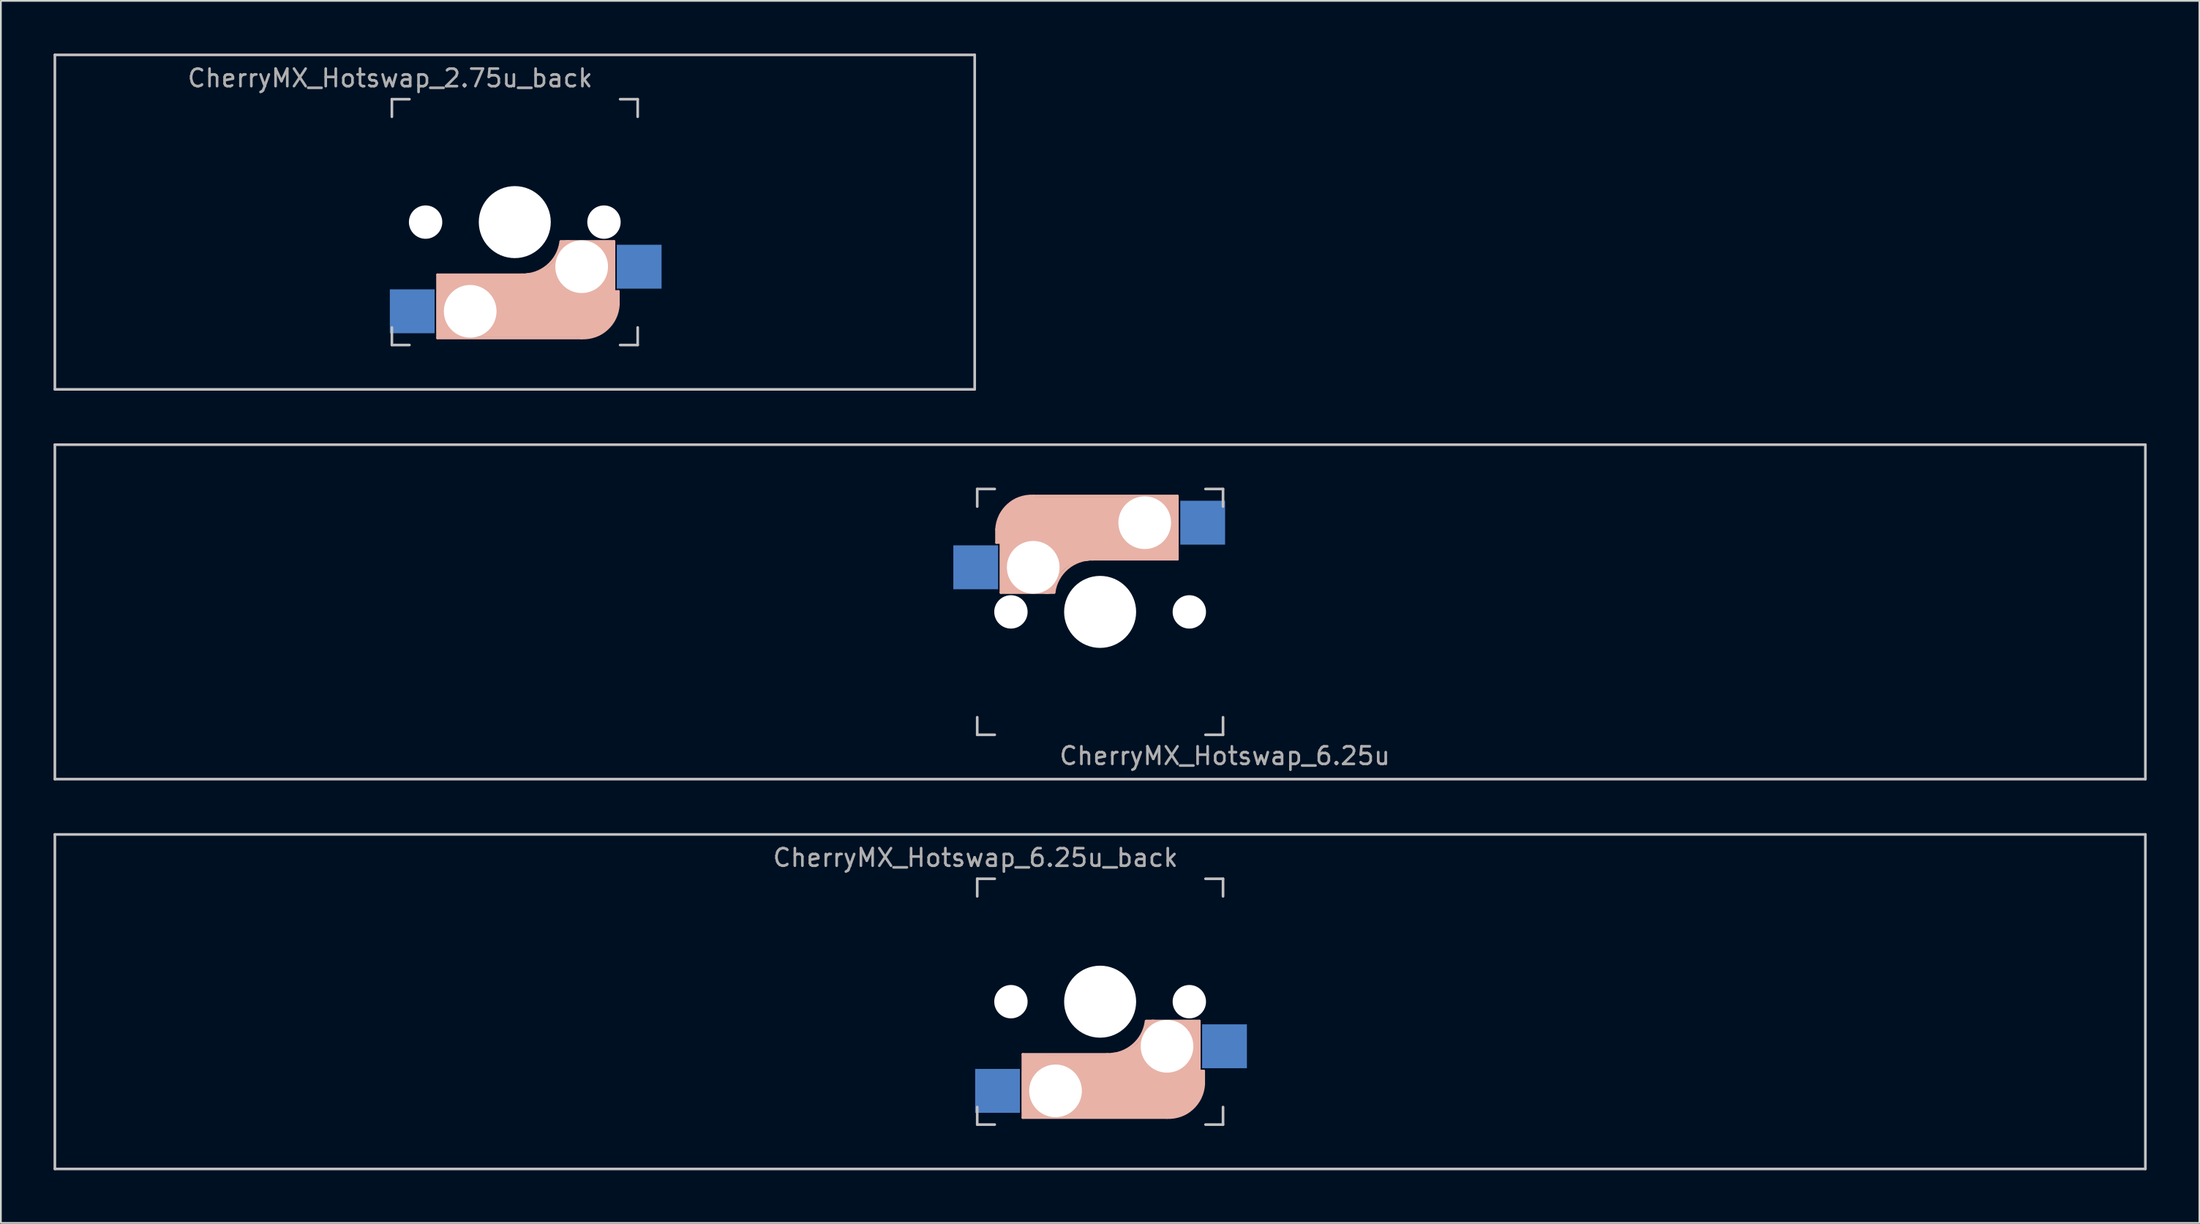
<source format=kicad_pcb>
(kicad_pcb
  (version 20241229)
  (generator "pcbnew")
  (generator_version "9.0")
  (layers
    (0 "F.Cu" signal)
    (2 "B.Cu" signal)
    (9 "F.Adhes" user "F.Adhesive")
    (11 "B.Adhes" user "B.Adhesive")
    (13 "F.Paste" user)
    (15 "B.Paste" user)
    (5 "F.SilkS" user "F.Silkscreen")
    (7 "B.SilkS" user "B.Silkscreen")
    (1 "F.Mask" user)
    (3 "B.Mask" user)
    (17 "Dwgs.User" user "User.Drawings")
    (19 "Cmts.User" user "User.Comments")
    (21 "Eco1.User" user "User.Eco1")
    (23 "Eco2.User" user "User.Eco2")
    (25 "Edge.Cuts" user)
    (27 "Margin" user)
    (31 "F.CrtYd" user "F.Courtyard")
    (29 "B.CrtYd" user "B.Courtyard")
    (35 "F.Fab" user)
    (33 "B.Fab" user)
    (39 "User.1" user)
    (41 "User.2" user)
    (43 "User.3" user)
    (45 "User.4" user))
  (footprint "CherryMX_Hotswap_2.75u_back"
    (layer "F.Cu")
    (at 26.269 9.6)
    (property "Reference" "CherryMX_Hotswap_2.75u_back" (at -7.1 -8.2 180) (layer "F.Fab") (effects (font (size 1 1) (thickness 0.15))))
    (attr through_hole)
    (fp_line (start -4.4 3) (end -4.4 6.6) (stroke (width 0.15) (type solid)) (layer "B.SilkS"))
    (fp_line (start -4.4 6.6) (end 3.8 6.6) (stroke (width 0.15) (type solid)) (layer "B.SilkS"))
    (fp_line (start -4.38 4) (end -4.38 6.25) (stroke (width 0.15) (type solid)) (layer "B.SilkS"))
    (fp_line (start -4.25 6.4) (end -3 6.4) (stroke (width 0.4) (type solid)) (layer "B.SilkS"))
    (fp_line (start -4.2 3.25) (end -2.9 3.3) (stroke (width 0.5) (type solid)) (layer "B.SilkS"))
    (fp_line (start -3.9 6) (end -3.9 3.5) (stroke (width 1) (type solid)) (layer "B.SilkS"))
    (fp_line (start -2.6 4.8) (end 4.1 4.8) (stroke (width 3.5) (type solid)) (layer "B.SilkS"))
    (fp_line (start 0.4 3) (end -4.4 3) (stroke (width 0.15) (type solid)) (layer "B.SilkS"))
    (fp_line (start 4.17 5.1) (end 4.17 2.86) (stroke (width 3) (type solid)) (layer "B.SilkS"))
    (fp_line (start 5.3 1.6) (end 5.3 3.4) (stroke (width 0.8) (type solid)) (layer "B.SilkS"))
    (fp_line (start 5.45 1.3) (end 3 1.3) (stroke (width 0.5) (type solid)) (layer "B.SilkS"))
    (fp_line (start 5.65 1.1) (end 2.62 1.1) (stroke (width 0.15) (type solid)) (layer "B.SilkS"))
    (fp_line (start 5.65 5.55) (end 5.65 1.1) (stroke (width 0.15) (type solid)) (layer "B.SilkS"))
    (fp_line (start 5.8 4.05) (end 5.8 4.7) (stroke (width 0.3) (type solid)) (layer "B.SilkS"))
    (fp_line (start 5.9 3.95) (end 5.7 3.95) (stroke (width 0.15) (type solid)) (layer "B.SilkS"))
    (fp_line (start 5.9 4.7) (end 5.9 3.95) (stroke (width 0.15) (type solid)) (layer "B.SilkS"))
    (fp_arc (start 2.616318 1.121471) (mid 1.868709 2.486118) (end 0.4 3) (stroke (width 0.15) (type solid)) (layer "B.SilkS"))
    (fp_arc (start 3.016318 1.521471) (mid 2.268709 2.886118) (end 0.8 3.4) (stroke (width 1) (type solid)) (layer "B.SilkS"))
    (fp_arc (start 5.9 4.699999) (mid 5.243504 6.084924) (end 3.800001 6.6) (stroke (width 0.15) (type solid)) (layer "B.SilkS"))
    (fp_line (start -26.194 -9.525) (end 26.194 -9.525) (stroke (width 0.15) (type solid)) (layer "Dwgs.User"))
    (fp_line (start -26.194 9.525) (end -26.194 -9.525) (stroke (width 0.15) (type solid)) (layer "Dwgs.User"))
    (fp_line (start -7 -7) (end -7 -6) (stroke (width 0.15) (type solid)) (layer "Dwgs.User"))
    (fp_line (start -7 7) (end -7 6) (stroke (width 0.15) (type solid)) (layer "Dwgs.User"))
    (fp_line (start -7 7) (end -6 7) (stroke (width 0.15) (type solid)) (layer "Dwgs.User"))
    (fp_line (start -6 -7) (end -7 -7) (stroke (width 0.15) (type solid)) (layer "Dwgs.User"))
    (fp_line (start 7 -7) (end 6 -7) (stroke (width 0.15) (type solid)) (layer "Dwgs.User"))
    (fp_line (start 7 -6) (end 7 -7) (stroke (width 0.15) (type solid)) (layer "Dwgs.User"))
    (fp_line (start 7 6) (end 7 7) (stroke (width 0.15) (type solid)) (layer "Dwgs.User"))
    (fp_line (start 7 7) (end 6 7) (stroke (width 0.15) (type solid)) (layer "Dwgs.User"))
    (fp_line (start 26.194 -9.525) (end 26.194 9.525) (stroke (width 0.15) (type solid)) (layer "Dwgs.User"))
    (fp_line (start 26.194 9.525) (end -26.194 9.525) (stroke (width 0.15) (type solid)) (layer "Dwgs.User"))
    (pad "" np_thru_hole circle (at -5.08 0 180) (size 1.9 1.9) (drill 1.9) (layers "*.Cu" "*.Mask"))
    (pad "" np_thru_hole circle (at -2.54 5.08 180) (size 3 3) (drill 3) (layers "*.Cu" "*.Mask"))
    (pad "" np_thru_hole circle (at 0 0 270) (size 4.1 4.1) (drill 4.1) (layers "*.Cu" "*.Mask"))
    (pad "" np_thru_hole circle (at 3.81 2.54 180) (size 3 3) (drill 3) (layers "*.Cu" "*.Mask"))
    (pad "" np_thru_hole circle (at 5.08 0 180) (size 1.9 1.9) (drill 1.9) (layers "*.Cu" "*.Mask"))
    (pad "1" smd rect (at 7.085 2.54) (size 2.55 2.5) (layers "B.Cu" "B.Mask" "B.Paste"))
    (pad "2" smd rect (at -5.842 5.08) (size 2.55 2.5) (layers "B.Cu" "B.Mask" "B.Paste")))
  (footprint "CherryMX_Hotswap_6.25u_back"
    (layer "F.Cu")
    (at 59.606 54)
    (property "Reference" "CherryMX_Hotswap_6.25u_back" (at -7.1 -8.2 180) (layer "F.Fab") (effects (font (size 1 1) (thickness 0.15))))
    (attr through_hole)
    (fp_line (start -4.4 3) (end -4.4 6.6) (stroke (width 0.15) (type solid)) (layer "B.SilkS"))
    (fp_line (start -4.4 6.6) (end 3.8 6.6) (stroke (width 0.15) (type solid)) (layer "B.SilkS"))
    (fp_line (start -4.38 4) (end -4.38 6.25) (stroke (width 0.15) (type solid)) (layer "B.SilkS"))
    (fp_line (start -4.25 6.4) (end -3 6.4) (stroke (width 0.4) (type solid)) (layer "B.SilkS"))
    (fp_line (start -4.2 3.25) (end -2.9 3.3) (stroke (width 0.5) (type solid)) (layer "B.SilkS"))
    (fp_line (start -3.9 6) (end -3.9 3.5) (stroke (width 1) (type solid)) (layer "B.SilkS"))
    (fp_line (start -2.6 4.8) (end 4.1 4.8) (stroke (width 3.5) (type solid)) (layer "B.SilkS"))
    (fp_line (start 0.4 3) (end -4.4 3) (stroke (width 0.15) (type solid)) (layer "B.SilkS"))
    (fp_line (start 4.17 5.1) (end 4.17 2.86) (stroke (width 3) (type solid)) (layer "B.SilkS"))
    (fp_line (start 5.3 1.6) (end 5.3 3.4) (stroke (width 0.8) (type solid)) (layer "B.SilkS"))
    (fp_line (start 5.45 1.3) (end 3 1.3) (stroke (width 0.5) (type solid)) (layer "B.SilkS"))
    (fp_line (start 5.65 1.1) (end 2.62 1.1) (stroke (width 0.15) (type solid)) (layer "B.SilkS"))
    (fp_line (start 5.65 5.55) (end 5.65 1.1) (stroke (width 0.15) (type solid)) (layer "B.SilkS"))
    (fp_line (start 5.8 4.05) (end 5.8 4.7) (stroke (width 0.3) (type solid)) (layer "B.SilkS"))
    (fp_line (start 5.9 3.95) (end 5.7 3.95) (stroke (width 0.15) (type solid)) (layer "B.SilkS"))
    (fp_line (start 5.9 4.7) (end 5.9 3.95) (stroke (width 0.15) (type solid)) (layer "B.SilkS"))
    (fp_arc (start 2.616318 1.121471) (mid 1.868709 2.486118) (end 0.4 3) (stroke (width 0.15) (type solid)) (layer "B.SilkS"))
    (fp_arc (start 3.016318 1.521471) (mid 2.268709 2.886118) (end 0.8 3.4) (stroke (width 1) (type solid)) (layer "B.SilkS"))
    (fp_arc (start 5.9 4.699999) (mid 5.243504 6.084924) (end 3.800001 6.6) (stroke (width 0.15) (type solid)) (layer "B.SilkS"))
    (fp_line (start -59.531 -9.525) (end 59.531 -9.525) (stroke (width 0.15) (type solid)) (layer "Dwgs.User"))
    (fp_line (start -59.531 9.525) (end -59.531 -9.525) (stroke (width 0.15) (type solid)) (layer "Dwgs.User"))
    (fp_line (start -7 -7) (end -7 -6) (stroke (width 0.15) (type solid)) (layer "Dwgs.User"))
    (fp_line (start -7 7) (end -7 6) (stroke (width 0.15) (type solid)) (layer "Dwgs.User"))
    (fp_line (start -7 7) (end -6 7) (stroke (width 0.15) (type solid)) (layer "Dwgs.User"))
    (fp_line (start -6 -7) (end -7 -7) (stroke (width 0.15) (type solid)) (layer "Dwgs.User"))
    (fp_line (start 7 -7) (end 6 -7) (stroke (width 0.15) (type solid)) (layer "Dwgs.User"))
    (fp_line (start 7 -6) (end 7 -7) (stroke (width 0.15) (type solid)) (layer "Dwgs.User"))
    (fp_line (start 7 6) (end 7 7) (stroke (width 0.15) (type solid)) (layer "Dwgs.User"))
    (fp_line (start 7 7) (end 6 7) (stroke (width 0.15) (type solid)) (layer "Dwgs.User"))
    (fp_line (start 59.531 -9.525) (end 59.531 9.525) (stroke (width 0.15) (type solid)) (layer "Dwgs.User"))
    (fp_line (start 59.531 9.525) (end -59.531 9.525) (stroke (width 0.15) (type solid)) (layer "Dwgs.User"))
    (pad "" np_thru_hole circle (at -5.08 0 180) (size 1.9 1.9) (drill 1.9) (layers "*.Cu" "*.Mask"))
    (pad "" np_thru_hole circle (at -2.54 5.08 180) (size 3 3) (drill 3) (layers "*.Cu" "*.Mask"))
    (pad "" np_thru_hole circle (at 0 0 270) (size 4.1 4.1) (drill 4.1) (layers "*.Cu" "*.Mask"))
    (pad "" np_thru_hole circle (at 3.81 2.54 180) (size 3 3) (drill 3) (layers "*.Cu" "*.Mask"))
    (pad "" np_thru_hole circle (at 5.08 0 180) (size 1.9 1.9) (drill 1.9) (layers "*.Cu" "*.Mask"))
    (pad "1" smd rect (at 7.085 2.54) (size 2.55 2.5) (layers "B.Cu" "B.Mask" "B.Paste"))
    (pad "2" smd rect (at -5.842 5.08) (size 2.55 2.5) (layers "B.Cu" "B.Mask" "B.Paste")))
  (footprint "CherryMX_Hotswap_6.25u"
    (layer "F.Cu")
    (at 59.606 31.8)
    (property "Reference" "CherryMX_Hotswap_6.25u" (at 7.1 8.2 0) (layer "F.Fab") (effects (font (size 1 1) (thickness 0.15))))
    (attr through_hole)
    (fp_line (start -5.9 -4.7) (end -5.9 -3.95) (stroke (width 0.15) (type solid)) (layer "B.SilkS"))
    (fp_line (start -5.9 -3.95) (end -5.7 -3.95) (stroke (width 0.15) (type solid)) (layer "B.SilkS"))
    (fp_line (start -5.8 -4.05) (end -5.8 -4.7) (stroke (width 0.3) (type solid)) (layer "B.SilkS"))
    (fp_line (start -5.65 -5.55) (end -5.65 -1.1) (stroke (width 0.15) (type solid)) (layer "B.SilkS"))
    (fp_line (start -5.65 -1.1) (end -2.62 -1.1) (stroke (width 0.15) (type solid)) (layer "B.SilkS"))
    (fp_line (start -5.45 -1.3) (end -3 -1.3) (stroke (width 0.5) (type solid)) (layer "B.SilkS"))
    (fp_line (start -5.3 -1.6) (end -5.3 -3.4) (stroke (width 0.8) (type solid)) (layer "B.SilkS"))
    (fp_line (start -4.17 -5.1) (end -4.17 -2.86) (stroke (width 3) (type solid)) (layer "B.SilkS"))
    (fp_line (start -0.4 -3) (end 4.4 -3) (stroke (width 0.15) (type solid)) (layer "B.SilkS"))
    (fp_line (start 2.6 -4.8) (end -4.1 -4.8) (stroke (width 3.5) (type solid)) (layer "B.SilkS"))
    (fp_line (start 3.9 -6) (end 3.9 -3.5) (stroke (width 1) (type solid)) (layer "B.SilkS"))
    (fp_line (start 4.2 -3.25) (end 2.9 -3.3) (stroke (width 0.5) (type solid)) (layer "B.SilkS"))
    (fp_line (start 4.25 -6.4) (end 3 -6.4) (stroke (width 0.4) (type solid)) (layer "B.SilkS"))
    (fp_line (start 4.38 -4) (end 4.38 -6.25) (stroke (width 0.15) (type solid)) (layer "B.SilkS"))
    (fp_line (start 4.4 -6.6) (end -3.8 -6.6) (stroke (width 0.15) (type solid)) (layer "B.SilkS"))
    (fp_line (start 4.4 -3) (end 4.4 -6.6) (stroke (width 0.15) (type solid)) (layer "B.SilkS"))
    (fp_arc (start -5.9 -4.699999) (mid -5.243504 -6.084924) (end -3.800001 -6.6) (stroke (width 0.15) (type solid)) (layer "B.SilkS"))
    (fp_arc (start -3.016318 -1.521471) (mid -2.268709 -2.886118) (end -0.8 -3.4) (stroke (width 1) (type solid)) (layer "B.SilkS"))
    (fp_arc (start -2.616318 -1.121471) (mid -1.868709 -2.486118) (end -0.4 -3) (stroke (width 0.15) (type solid)) (layer "B.SilkS"))
    (fp_line (start -59.531 -9.525) (end 59.531 -9.525) (stroke (width 0.15) (type solid)) (layer "Dwgs.User"))
    (fp_line (start -59.531 9.525) (end -59.531 -9.525) (stroke (width 0.15) (type solid)) (layer "Dwgs.User"))
    (fp_line (start -7 -7) (end -6 -7) (stroke (width 0.15) (type solid)) (layer "Dwgs.User"))
    (fp_line (start -7 -6) (end -7 -7) (stroke (width 0.15) (type solid)) (layer "Dwgs.User"))
    (fp_line (start -7 6) (end -7 7) (stroke (width 0.15) (type solid)) (layer "Dwgs.User"))
    (fp_line (start -7 7) (end -6 7) (stroke (width 0.15) (type solid)) (layer "Dwgs.User"))
    (fp_line (start 6 7) (end 7 7) (stroke (width 0.15) (type solid)) (layer "Dwgs.User"))
    (fp_line (start 7 -7) (end 6 -7) (stroke (width 0.15) (type solid)) (layer "Dwgs.User"))
    (fp_line (start 7 -7) (end 7 -6) (stroke (width 0.15) (type solid)) (layer "Dwgs.User"))
    (fp_line (start 7 7) (end 7 6) (stroke (width 0.15) (type solid)) (layer "Dwgs.User"))
    (fp_line (start 59.531 -9.525) (end 59.531 9.525) (stroke (width 0.15) (type solid)) (layer "Dwgs.User"))
    (fp_line (start 59.531 9.525) (end -59.531 9.525) (stroke (width 0.15) (type solid)) (layer "Dwgs.User"))
    (pad "" np_thru_hole circle (at -5.08 0) (size 1.9 1.9) (drill 1.9) (layers "*.Cu" "*.Mask"))
    (pad "" np_thru_hole circle (at -3.81 -2.54) (size 3 3) (drill 3) (layers "*.Cu" "*.Mask"))
    (pad "" np_thru_hole circle (at 0 0 90) (size 4.1 4.1) (drill 4.1) (layers "*.Cu" "*.Mask"))
    (pad "" np_thru_hole circle (at 2.54 -5.08) (size 3 3) (drill 3) (layers "*.Cu" "*.Mask"))
    (pad "" np_thru_hole circle (at 5.08 0) (size 1.9 1.9) (drill 1.9) (layers "*.Cu" "*.Mask"))
    (pad "1" smd rect (at -7.085 -2.54 180) (size 2.55 2.5) (layers "B.Cu" "B.Mask" "B.Paste"))
    (pad "2" smd rect (at 5.842 -5.08 180) (size 2.55 2.5) (layers "B.Cu" "B.Mask" "B.Paste")))
  (gr_rect
    (start -3 -3)
    (end 122.213 66.6)
    (stroke (width 0.1) (type default))
    (fill no)
    (layer "Edge.Cuts")))
</source>
